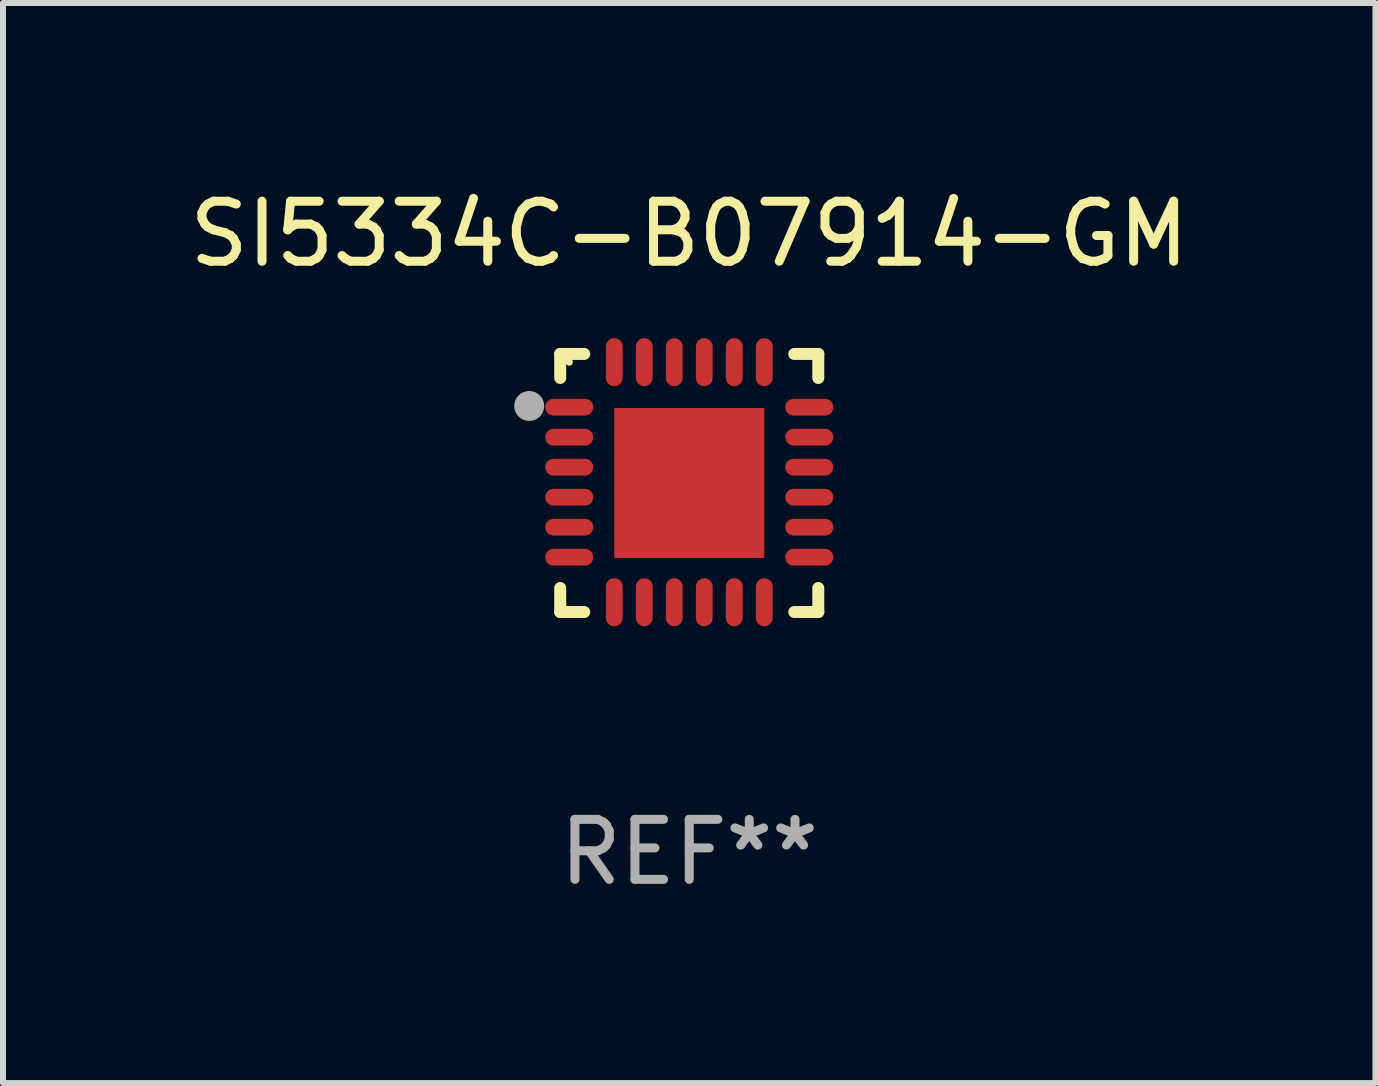
<source format=kicad_pcb>
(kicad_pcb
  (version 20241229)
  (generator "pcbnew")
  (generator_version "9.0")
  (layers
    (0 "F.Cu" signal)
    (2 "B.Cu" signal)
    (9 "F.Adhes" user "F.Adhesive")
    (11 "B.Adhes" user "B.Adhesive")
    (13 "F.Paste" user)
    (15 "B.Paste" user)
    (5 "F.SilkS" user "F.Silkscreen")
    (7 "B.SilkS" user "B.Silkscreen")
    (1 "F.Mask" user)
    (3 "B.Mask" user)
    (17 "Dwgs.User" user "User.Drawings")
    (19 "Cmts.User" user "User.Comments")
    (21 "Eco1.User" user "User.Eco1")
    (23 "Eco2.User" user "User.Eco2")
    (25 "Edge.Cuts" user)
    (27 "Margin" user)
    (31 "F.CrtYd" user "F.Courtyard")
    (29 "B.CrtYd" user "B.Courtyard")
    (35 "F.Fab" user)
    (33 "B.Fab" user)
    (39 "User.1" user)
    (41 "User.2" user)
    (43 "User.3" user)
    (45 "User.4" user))
  (footprint "SI5334C-B07914-GM"
    (layer "F.Cu")
    (at 8.435 4.998)
    (property "Reference" "SI5334C-B07914-GM" (at 0 -4.15 0) (layer "F.SilkS") (effects (font (size 1 1) (thickness 0.15))))
    (attr through_hole)
    (fp_line (start -2.15 -2.15) (end -1.75 -2.15) (stroke (width 0.2) (type solid)) (layer "F.SilkS"))
    (fp_line (start -2.15 -1.75) (end -2.15 -2.15) (stroke (width 0.2) (type solid)) (layer "F.SilkS"))
    (fp_line (start -2.15 2.15) (end -2.15 1.75) (stroke (width 0.2) (type solid)) (layer "F.SilkS"))
    (fp_line (start -1.75 2.15) (end -2.15 2.15) (stroke (width 0.2) (type solid)) (layer "F.SilkS"))
    (fp_line (start 1.75 -2.15) (end 2.15 -2.15) (stroke (width 0.2) (type solid)) (layer "F.SilkS"))
    (fp_line (start 1.75 2.15) (end 2.15 2.15) (stroke (width 0.2) (type solid)) (layer "F.SilkS"))
    (fp_line (start 2.15 -2.15) (end 2.15 -1.75) (stroke (width 0.2) (type solid)) (layer "F.SilkS"))
    (fp_line (start 2.15 2.15) (end 2.15 1.75) (stroke (width 0.2) (type solid)) (layer "F.SilkS"))
    (fp_circle (center -2 -2.013) (end -1.97 -2.013) (stroke (width 0.06) (type solid)) (fill no) (layer "F.SilkS"))
    (fp_circle (center -2.667 -1.283) (end -2.542 -1.283) (stroke (width 0.25) (type solid)) (fill no) (layer "F.Fab"))
    (fp_text user "REF**" (at 0 6.15 0) (layer "F.Fab") (effects (font (size 1 1) (thickness 0.15))))
    (pad "1" smd oval (at -2 -1.263) (size 0.8 0.28) (layers "F.Cu" "F.Mask" "F.Paste"))
    (pad "2" smd oval (at -2 -0.763) (size 0.8 0.28) (layers "F.Cu" "F.Mask" "F.Paste"))
    (pad "3" smd oval (at -2 -0.263) (size 0.8 0.28) (layers "F.Cu" "F.Mask" "F.Paste"))
    (pad "4" smd oval (at -2 0.237) (size 0.8 0.28) (layers "F.Cu" "F.Mask" "F.Paste"))
    (pad "5" smd oval (at -2 0.737) (size 0.8 0.28) (layers "F.Cu" "F.Mask" "F.Paste"))
    (pad "6" smd oval (at -2 1.237) (size 0.8 0.28) (layers "F.Cu" "F.Mask" "F.Paste"))
    (pad "7" smd oval (at -1.25 1.987) (size 0.28 0.8) (layers "F.Cu" "F.Mask" "F.Paste"))
    (pad "8" smd oval (at -0.75 1.987) (size 0.28 0.8) (layers "F.Cu" "F.Mask" "F.Paste"))
    (pad "9" smd oval (at -0.25 1.987) (size 0.28 0.8) (layers "F.Cu" "F.Mask" "F.Paste"))
    (pad "10" smd oval (at 0.25 1.987) (size 0.28 0.8) (layers "F.Cu" "F.Mask" "F.Paste"))
    (pad "11" smd oval (at 0.75 1.987) (size 0.28 0.8) (layers "F.Cu" "F.Mask" "F.Paste"))
    (pad "12" smd oval (at 1.25 1.987) (size 0.28 0.8) (layers "F.Cu" "F.Mask" "F.Paste"))
    (pad "13" smd oval (at 2 1.237) (size 0.8 0.28) (layers "F.Cu" "F.Mask" "F.Paste"))
    (pad "14" smd oval (at 2 0.737) (size 0.8 0.28) (layers "F.Cu" "F.Mask" "F.Paste"))
    (pad "15" smd oval (at 2 0.237) (size 0.8 0.28) (layers "F.Cu" "F.Mask" "F.Paste"))
    (pad "16" smd oval (at 2 -0.263) (size 0.8 0.28) (layers "F.Cu" "F.Mask" "F.Paste"))
    (pad "17" smd oval (at 2 -0.763) (size 0.8 0.28) (layers "F.Cu" "F.Mask" "F.Paste"))
    (pad "18" smd oval (at 2 -1.263) (size 0.8 0.28) (layers "F.Cu" "F.Mask" "F.Paste"))
    (pad "19" smd oval (at 1.25 -2.013) (size 0.28 0.8) (layers "F.Cu" "F.Mask" "F.Paste"))
    (pad "20" smd oval (at 0.75 -2.013) (size 0.28 0.8) (layers "F.Cu" "F.Mask" "F.Paste"))
    (pad "21" smd oval (at 0.25 -2.013) (size 0.28 0.8) (layers "F.Cu" "F.Mask" "F.Paste"))
    (pad "22" smd oval (at -0.25 -2.013) (size 0.28 0.8) (layers "F.Cu" "F.Mask" "F.Paste"))
    (pad "23" smd oval (at -0.75 -2.013) (size 0.28 0.8) (layers "F.Cu" "F.Mask" "F.Paste"))
    (pad "24" smd oval (at -1.25 -2.013) (size 0.28 0.8) (layers "F.Cu" "F.Mask" "F.Paste"))
    (pad "25" smd rect (at -0.000127 -0.00014) (size 2.5 2.5) (layers "F.Cu" "F.Mask" "F.Paste")))
  (gr_rect
    (start -3 -3)
    (end 19.869 14.997)
    (stroke (width 0.1) (type default))
    (fill no)
    (layer "Edge.Cuts")))
</source>
